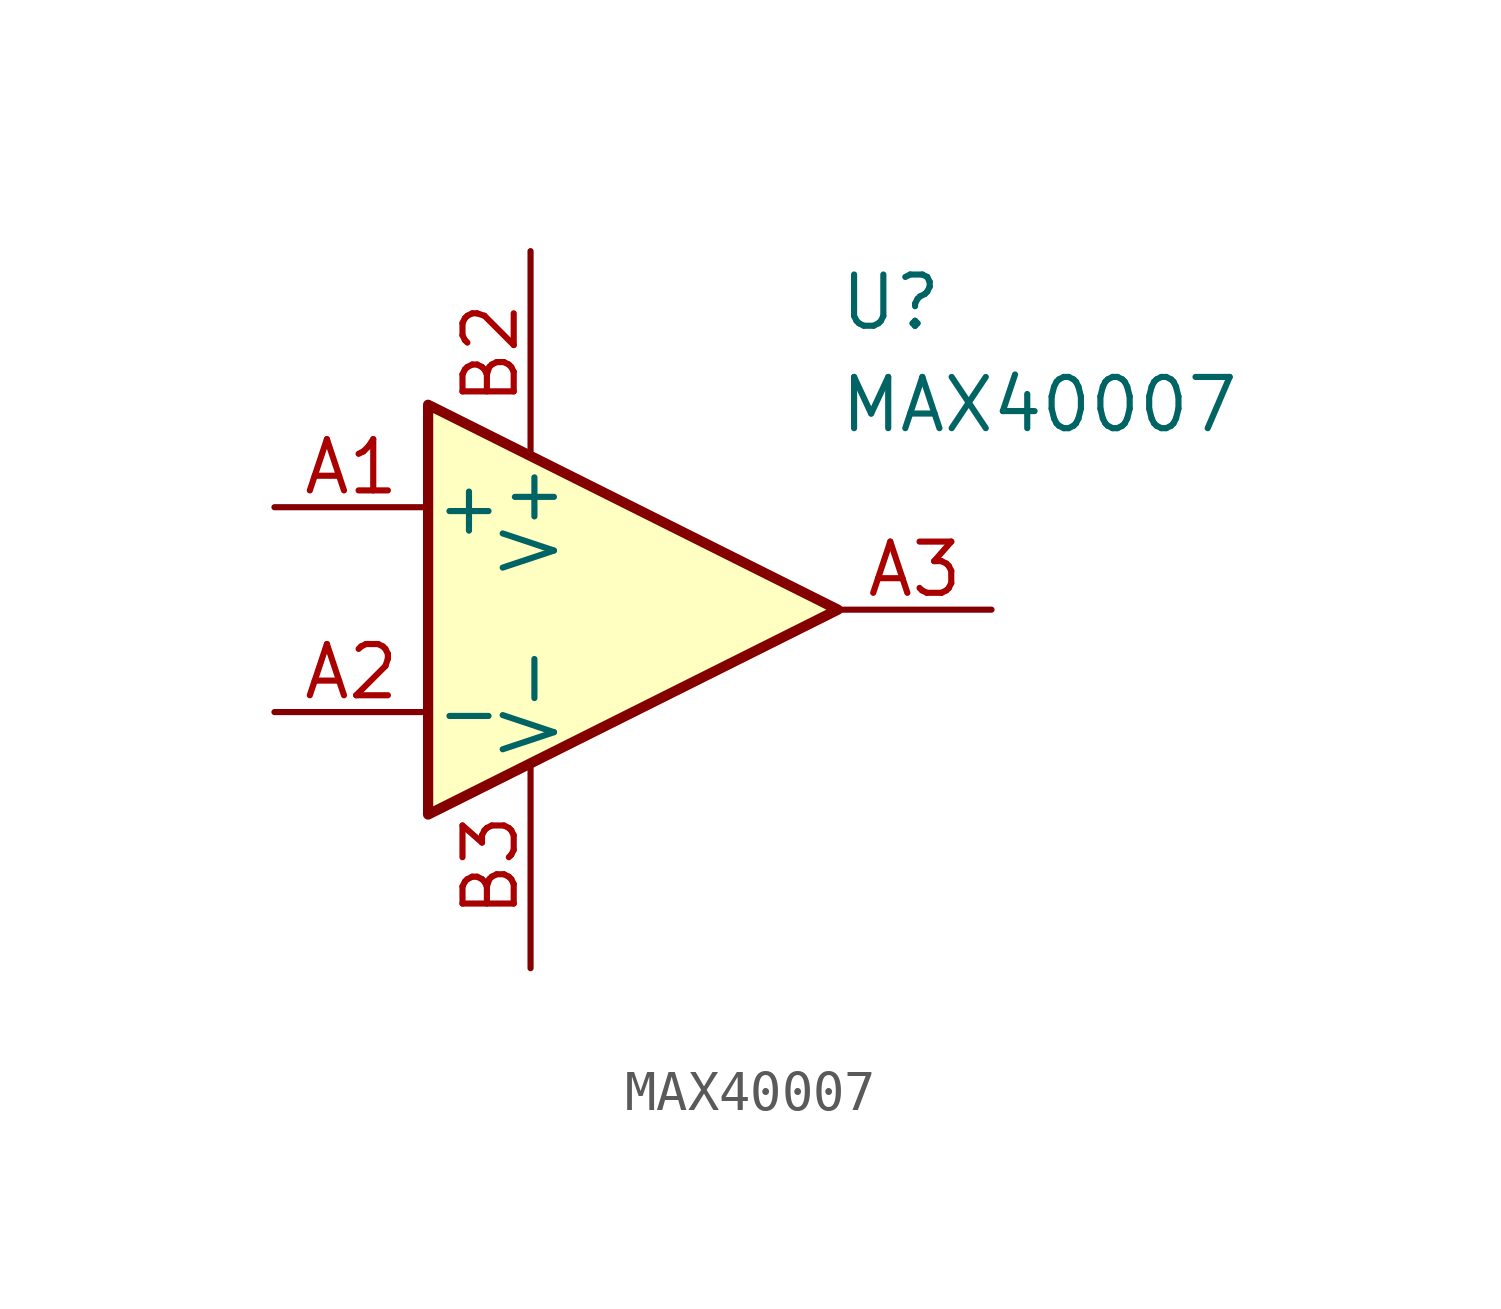
<source format=kicad_sym>
(kicad_symbol_lib
  (version 20211014)
  (generator kicad_symbol_editor)
  (symbol "MAX40007"
    (pin_names
      (offset 0.127))
    (property "Reference" "U"
      (at 5.08 7.62 0)
      (effects (font (size 1.27 1.27)) (justify left)))
    (property "Value" "MAX40007"
      (at 5.08 5.08 0)
      (effects (font (size 1.27 1.27)) (justify left)))
    (symbol "MAX40007_1_1"
      (polyline (pts (xy -5.08 5.08) (xy 5.08 0) (xy -5.08 -5.08) (xy -5.08 5.08)) (stroke (width 0.254) (type default) (color 0 0 0 0)) (fill (type background)))
      (pin input line (at -8.89 2.54 0) (length 3.81) (name "+" (effects (font (size 1.27 1.27)))) (number "A1" (effects (font (size 1.27 1.27)))))
      (pin input line (at -8.89 -2.54 0) (length 3.81) (name "-" (effects (font (size 1.27 1.27)))) (number "A2" (effects (font (size 1.27 1.27)))))
      (pin output line (at 8.89 0 180) (length 3.81) (name "~" (effects (font (size 1.27 1.27)))) (number "A3" (effects (font (size 1.27 1.27)))))
      (pin no_connect line (at 0 2.54 270) (length 3.81) hide (name "NC" (effects (font (size 0.508 0.508)))) (number "B1" (effects (font (size 1.27 1.27)))))
      (pin power_in line (at -2.54 8.89 270) (length 5.08) (name "V+" (effects (font (size 1.27 1.27)))) (number "B2" (effects (font (size 1.27 1.27)))))
      (pin power_in line (at -2.54 -8.89 90) (length 5.08) (name "V-" (effects (font (size 1.27 1.27)))) (number "B3" (effects (font (size 1.27 1.27))))))))
</source>
